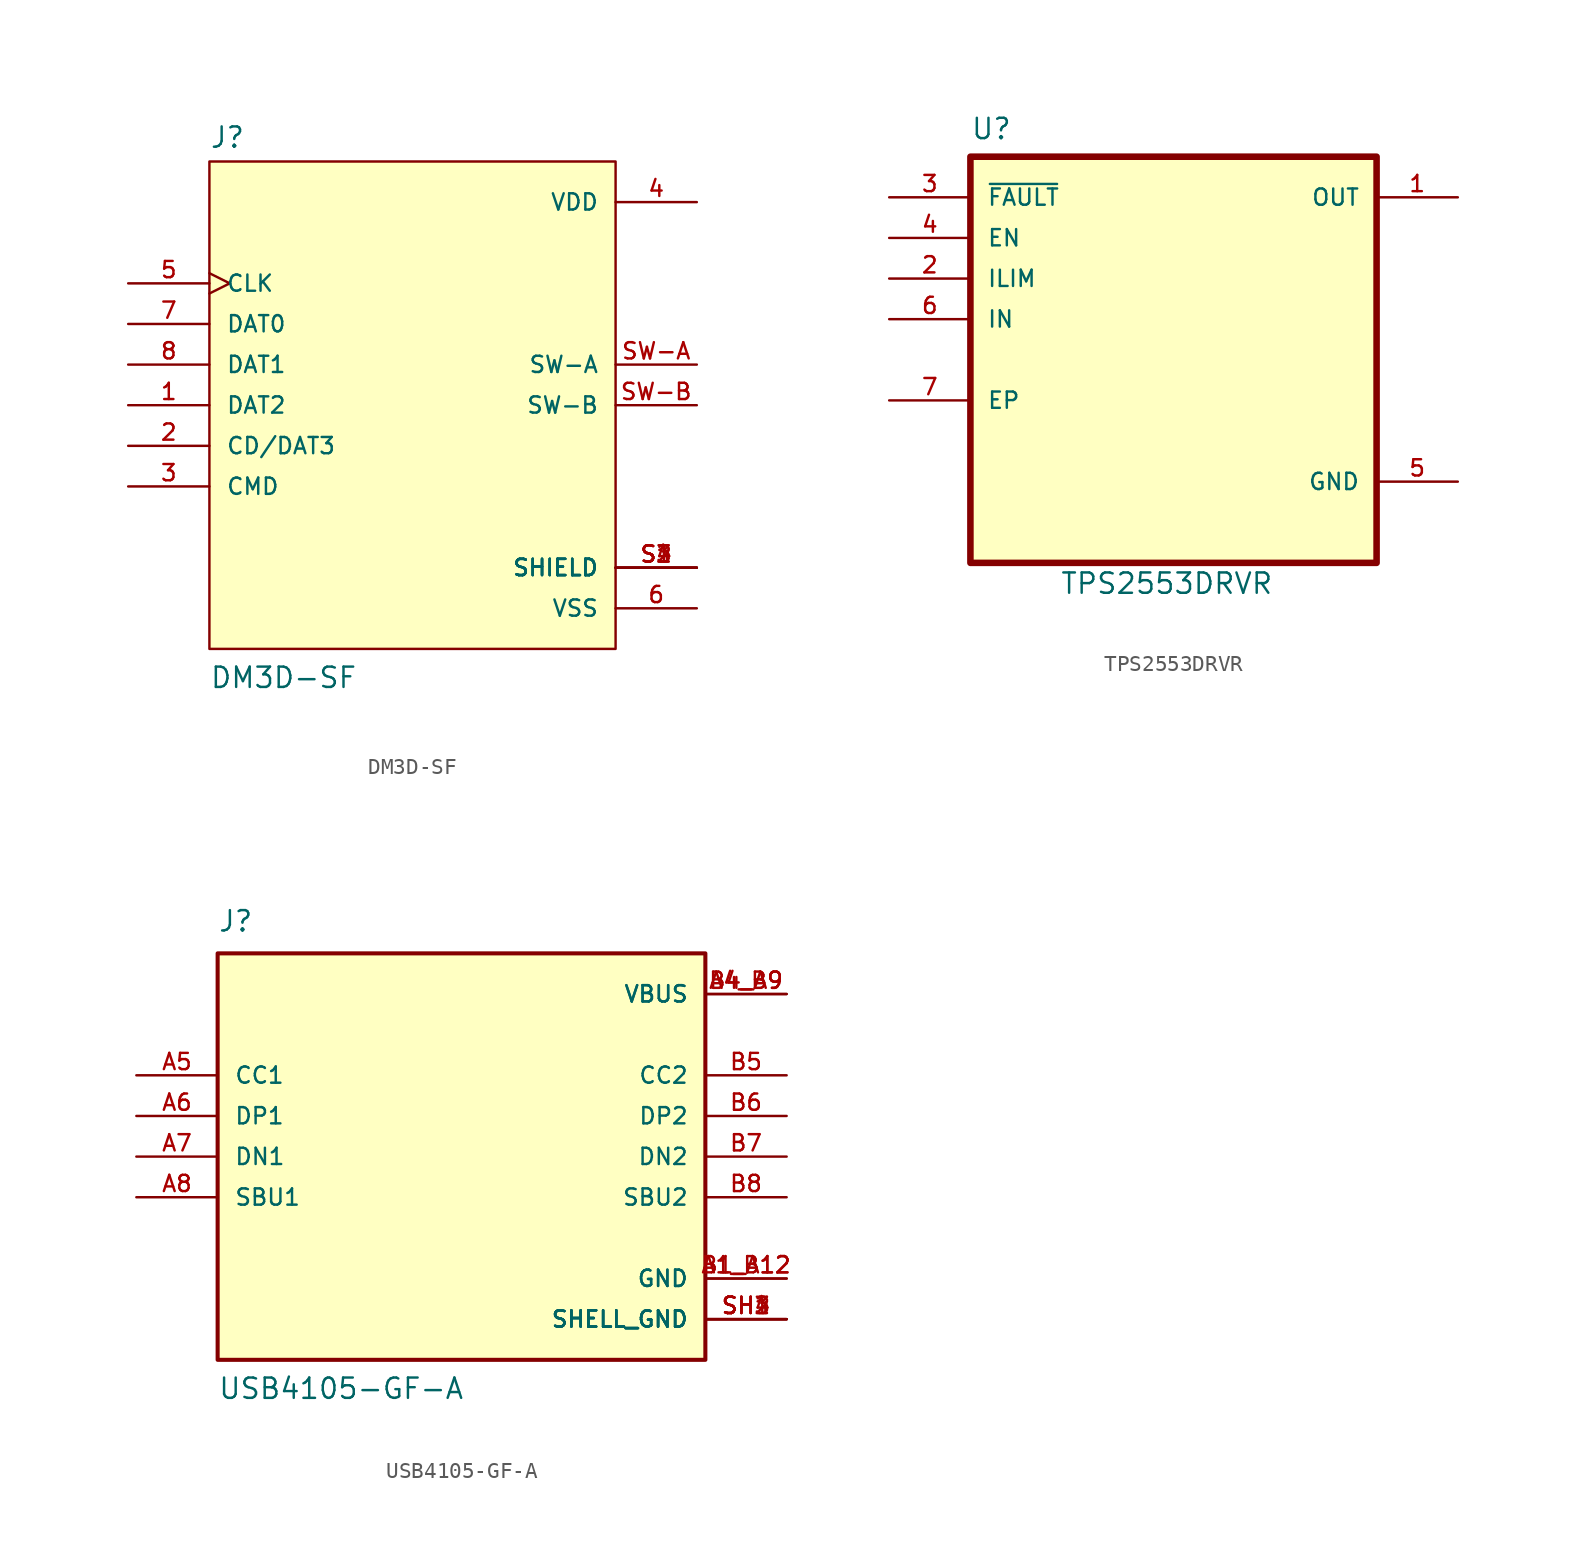
<source format=kicad_sym>
(kicad_symbol_lib
  (version 20231120)
  (generator "kicad_symbol_editor")
  (generator_version "8.0")
  (symbol "DM3D-SF"
    (pin_names
      (offset 1.016))
    (property "Reference" "J"
      (at -12.7 16.002 0)
      (effects (font (size 1.27 1.27)) (justify left bottom)))
    (property "Value" "DM3D-SF"
      (at -12.7 -17.78 0)
      (effects (font (size 1.27 1.27)) (justify left bottom)))
    (symbol "DM3D-SF_0_0"
      (rectangle (start -12.7 -15.24) (end 12.7 15.24) (stroke (width 0.152) (type default)) (fill (type background)))
      (pin bidirectional line (at -17.78 0 0) (length 5.08) (name "DAT2" (effects (font (size 1.016 1.016)))) (number "1" (effects (font (size 1.016 1.016)))))
      (pin bidirectional line (at -17.78 -2.54 0) (length 5.08) (name "CD/DAT3" (effects (font (size 1.016 1.016)))) (number "2" (effects (font (size 1.016 1.016)))))
      (pin bidirectional line (at -17.78 -5.08 0) (length 5.08) (name "CMD" (effects (font (size 1.016 1.016)))) (number "3" (effects (font (size 1.016 1.016)))))
      (pin power_in line (at 17.78 12.7 180) (length 5.08) (name "VDD" (effects (font (size 1.016 1.016)))) (number "4" (effects (font (size 1.016 1.016)))))
      (pin bidirectional clock (at -17.78 7.62 0) (length 5.08) (name "CLK" (effects (font (size 1.016 1.016)))) (number "5" (effects (font (size 1.016 1.016)))))
      (pin power_in line (at 17.78 -12.7 180) (length 5.08) (name "VSS" (effects (font (size 1.016 1.016)))) (number "6" (effects (font (size 1.016 1.016)))))
      (pin bidirectional line (at -17.78 5.08 0) (length 5.08) (name "DAT0" (effects (font (size 1.016 1.016)))) (number "7" (effects (font (size 1.016 1.016)))))
      (pin bidirectional line (at -17.78 2.54 0) (length 5.08) (name "DAT1" (effects (font (size 1.016 1.016)))) (number "8" (effects (font (size 1.016 1.016)))))
      (pin passive line (at 17.78 -10.16 180) (length 5.08) (name "SHIELD" (effects (font (size 1.016 1.016)))) (number "S1" (effects (font (size 1.016 1.016)))))
      (pin passive line (at 17.78 -10.16 180) (length 5.08) (name "SHIELD" (effects (font (size 1.016 1.016)))) (number "S2" (effects (font (size 1.016 1.016)))))
      (pin passive line (at 17.78 -10.16 180) (length 5.08) (name "SHIELD" (effects (font (size 1.016 1.016)))) (number "S3" (effects (font (size 1.016 1.016)))))
      (pin passive line (at 17.78 -10.16 180) (length 5.08) (name "SHIELD" (effects (font (size 1.016 1.016)))) (number "S4" (effects (font (size 1.016 1.016)))))
      (pin bidirectional line (at 17.78 2.54 180) (length 5.08) (name "SW-A" (effects (font (size 1.016 1.016)))) (number "SW-A" (effects (font (size 1.016 1.016)))))
      (pin bidirectional line (at 17.78 0 180) (length 5.08) (name "SW-B" (effects (font (size 1.016 1.016)))) (number "SW-B" (effects (font (size 1.016 1.016)))))))
  (symbol "TPS2553DRVR"
    (pin_names
      (offset 1.016))
    (property "Reference" "U"
      (at -12.7 13.7 0)
      (effects (font (size 1.27 1.27)) (justify left bottom)))
    (property "Value" "TPS2553DRVR"
      (at -7.112 -14.732 0)
      (effects (font (size 1.27 1.27)) (justify left bottom)))
    (symbol "TPS2553DRVR_0_0"
      (rectangle (start -12.7 12.7) (end 12.7 -12.7) (stroke (width 0.41) (type default)) (fill (type background)))
      (pin output line (at 17.78 10.16 180) (length 5.08) (name "OUT" (effects (font (size 1.016 1.016)))) (number "1" (effects (font (size 1.016 1.016)))))
      (pin input line (at -17.78 5.08 0) (length 5.08) (name "ILIM" (effects (font (size 1.016 1.016)))) (number "2" (effects (font (size 1.016 1.016)))))
      (pin input line (at -17.78 10.16 0) (length 5.08) (name "~{FAULT}" (effects (font (size 1.016 1.016)))) (number "3" (effects (font (size 1.016 1.016)))))
      (pin input line (at -17.78 7.62 0) (length 5.08) (name "EN" (effects (font (size 1.016 1.016)))) (number "4" (effects (font (size 1.016 1.016)))))
      (pin power_in line (at 17.78 -7.62 180) (length 5.08) (name "GND" (effects (font (size 1.016 1.016)))) (number "5" (effects (font (size 1.016 1.016)))))
      (pin input line (at -17.78 2.54 0) (length 5.08) (name "IN" (effects (font (size 1.016 1.016)))) (number "6" (effects (font (size 1.016 1.016)))))
      (pin bidirectional line (at -17.78 -2.54 0) (length 5.08) (name "EP" (effects (font (size 1.016 1.016)))) (number "7" (effects (font (size 1.016 1.016)))))))
  (symbol "USB4105-GF-A"
    (pin_names
      (offset 1.016))
    (property "Reference" "J"
      (at -15.24 13.97 0)
      (effects (font (size 1.27 1.27)) (justify left bottom)))
    (property "Value" "USB4105-GF-A"
      (at -15.24 -15.24 0)
      (effects (font (size 1.27 1.27)) (justify left bottom)))
    (symbol "USB4105-GF-A_0_0"
      (rectangle (start -15.24 12.7) (end 15.24 -12.7) (stroke (width 0.254) (type default)) (fill (type background)))
      (pin power_in line (at 20.32 -7.62 180) (length 5.08) (name "GND" (effects (font (size 1.016 1.016)))) (number "A1_B12" (effects (font (size 1.016 1.016)))))
      (pin power_in line (at 20.32 10.16 180) (length 5.08) (name "VBUS" (effects (font (size 1.016 1.016)))) (number "A4_B9" (effects (font (size 1.016 1.016)))))
      (pin bidirectional line (at -20.32 5.08 0) (length 5.08) (name "CC1" (effects (font (size 1.016 1.016)))) (number "A5" (effects (font (size 1.016 1.016)))))
      (pin bidirectional line (at -20.32 2.54 0) (length 5.08) (name "DP1" (effects (font (size 1.016 1.016)))) (number "A6" (effects (font (size 1.016 1.016)))))
      (pin bidirectional line (at -20.32 0 0) (length 5.08) (name "DN1" (effects (font (size 1.016 1.016)))) (number "A7" (effects (font (size 1.016 1.016)))))
      (pin bidirectional line (at -20.32 -2.54 0) (length 5.08) (name "SBU1" (effects (font (size 1.016 1.016)))) (number "A8" (effects (font (size 1.016 1.016)))))
      (pin power_in line (at 20.32 -7.62 180) (length 5.08) (name "GND" (effects (font (size 1.016 1.016)))) (number "B1_A12" (effects (font (size 1.016 1.016)))))
      (pin power_in line (at 20.32 10.16 180) (length 5.08) (name "VBUS" (effects (font (size 1.016 1.016)))) (number "B4_A9" (effects (font (size 1.016 1.016)))))
      (pin bidirectional line (at 20.32 5.08 180) (length 5.08) (name "CC2" (effects (font (size 1.016 1.016)))) (number "B5" (effects (font (size 1.016 1.016)))))
      (pin bidirectional line (at 20.32 2.54 180) (length 5.08) (name "DP2" (effects (font (size 1.016 1.016)))) (number "B6" (effects (font (size 1.016 1.016)))))
      (pin bidirectional line (at 20.32 0 180) (length 5.08) (name "DN2" (effects (font (size 1.016 1.016)))) (number "B7" (effects (font (size 1.016 1.016)))))
      (pin bidirectional line (at 20.32 -2.54 180) (length 5.08) (name "SBU2" (effects (font (size 1.016 1.016)))) (number "B8" (effects (font (size 1.016 1.016)))))
      (pin power_in line (at 20.32 -10.16 180) (length 5.08) (name "SHELL_GND" (effects (font (size 1.016 1.016)))) (number "SH1" (effects (font (size 1.016 1.016)))))
      (pin power_in line (at 20.32 -10.16 180) (length 5.08) (name "SHELL_GND" (effects (font (size 1.016 1.016)))) (number "SH2" (effects (font (size 1.016 1.016)))))
      (pin power_in line (at 20.32 -10.16 180) (length 5.08) (name "SHELL_GND" (effects (font (size 1.016 1.016)))) (number "SH3" (effects (font (size 1.016 1.016)))))
      (pin power_in line (at 20.32 -10.16 180) (length 5.08) (name "SHELL_GND" (effects (font (size 1.016 1.016)))) (number "SH4" (effects (font (size 1.016 1.016))))))))
</source>
